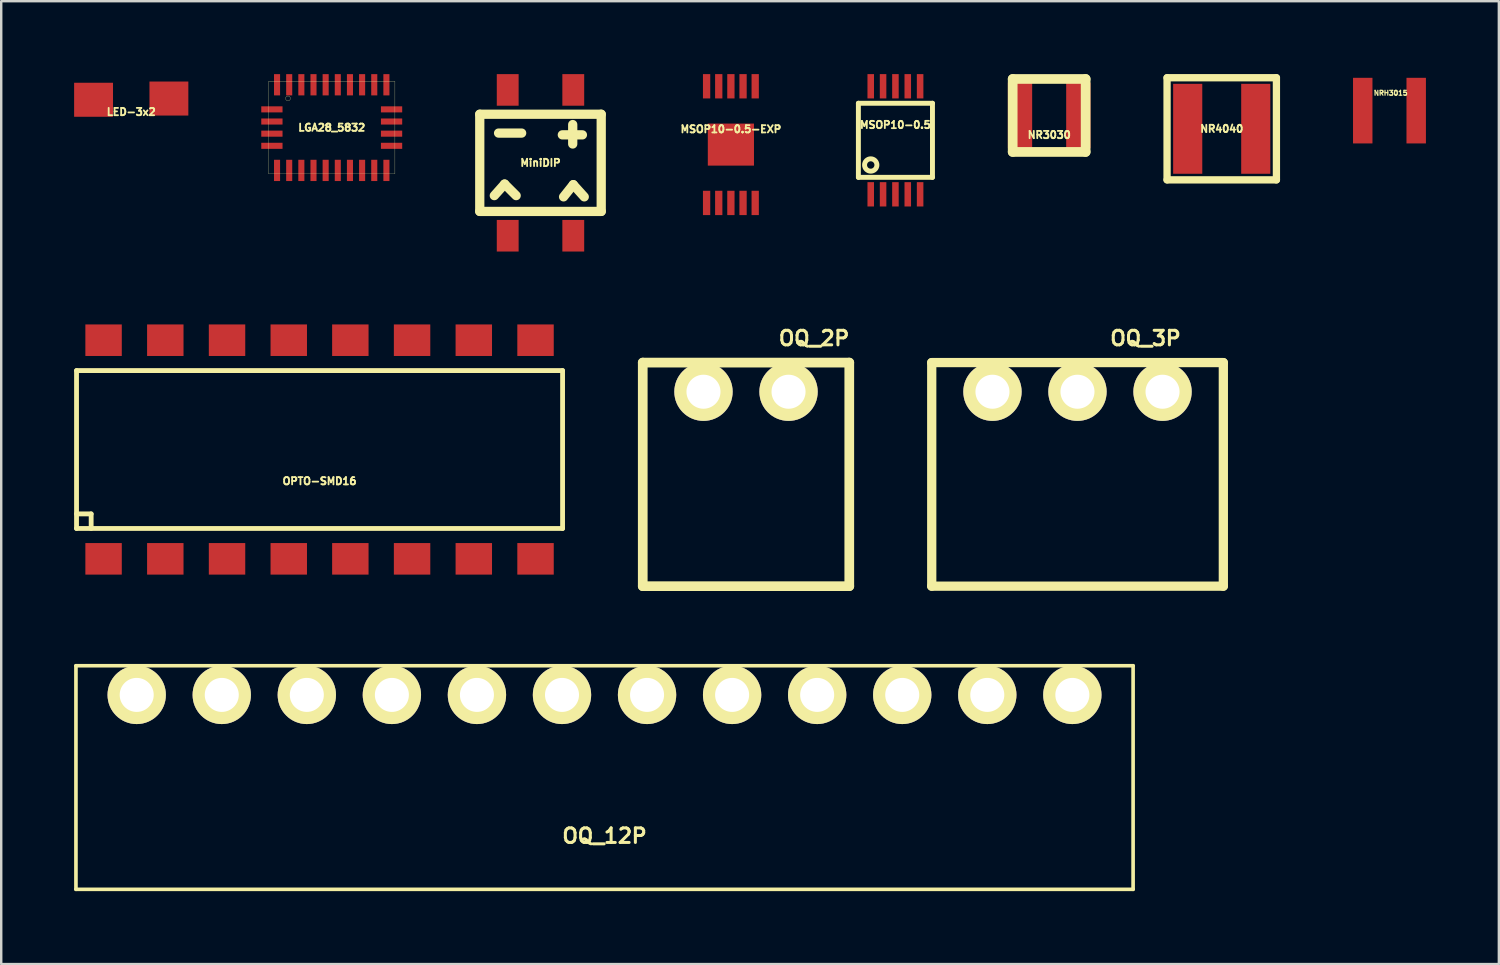
<source format=kicad_pcb>
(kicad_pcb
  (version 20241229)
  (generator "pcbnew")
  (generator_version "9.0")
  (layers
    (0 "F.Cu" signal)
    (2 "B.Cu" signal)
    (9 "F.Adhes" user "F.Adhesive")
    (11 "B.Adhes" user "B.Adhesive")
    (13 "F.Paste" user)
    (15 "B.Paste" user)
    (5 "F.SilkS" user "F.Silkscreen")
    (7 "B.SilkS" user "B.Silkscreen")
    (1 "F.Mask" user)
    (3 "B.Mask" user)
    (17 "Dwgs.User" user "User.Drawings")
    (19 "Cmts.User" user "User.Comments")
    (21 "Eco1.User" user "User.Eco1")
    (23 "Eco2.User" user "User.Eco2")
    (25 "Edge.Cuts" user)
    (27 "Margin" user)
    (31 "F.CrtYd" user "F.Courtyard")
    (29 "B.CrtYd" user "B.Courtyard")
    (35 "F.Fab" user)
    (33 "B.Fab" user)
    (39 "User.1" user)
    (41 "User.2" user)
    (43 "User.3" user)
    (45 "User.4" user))
  (footprint "NR3030"
    (layer "F.Cu")
    (at 40.121 1.701)
    (property "Reference" "NR3030" (at 0.003 0.8 0) (layer "F.SilkS") (effects (font (size 0.3 0.3) (thickness 0.076))))
    (attr smd)
    (fp_line (start -1.501 -1.501) (end 1.501 -1.501) (stroke (width 0.399) (type solid)) (layer "F.SilkS"))
    (fp_line (start -1.501 1.501) (end -1.501 -1.501) (stroke (width 0.399) (type solid)) (layer "F.SilkS"))
    (fp_line (start 1.501 -1.501) (end 1.501 1.501) (stroke (width 0.399) (type solid)) (layer "F.SilkS"))
    (fp_line (start 1.501 1.501) (end -1.501 1.501) (stroke (width 0.399) (type solid)) (layer "F.SilkS"))
    (pad "1" smd rect (at -1.2 0) (size 1 2.7) (layers "F.Cu" "F.Mask" "F.Paste"))
    (pad "2" smd rect (at 1.2 0) (size 1 2.7) (layers "F.Cu" "F.Mask" "F.Paste")))
  (footprint "OQ_12P"
    (layer "F.Cu")
    (at 21.825 25.544)
    (property "Reference" "OQ_12P" (at 0 5.8 0) (layer "F.SilkS") (effects (font (size 0.599 0.599) (thickness 0.124))))
    (attr through_hole)
    (fp_line (start -21.75 -1.2) (end -21.75 8) (stroke (width 0.15) (type solid)) (layer "F.SilkS"))
    (fp_line (start -21.75 8) (end 21.75 8) (stroke (width 0.15) (type solid)) (layer "F.SilkS"))
    (fp_line (start 21.75 -1.2) (end -21.75 -1.2) (stroke (width 0.15) (type solid)) (layer "F.SilkS"))
    (fp_line (start 21.75 8) (end 21.75 -1.2) (stroke (width 0.15) (type solid)) (layer "F.SilkS"))
    (pad "1" thru_hole circle (at -19.25 0) (size 2.4 2.4) (drill 1.4) (layers "*.Cu" "*.Mask" "F.SilkS"))
    (pad "2" thru_hole circle (at -15.75 0) (size 2.4 2.4) (drill 1.4) (layers "*.Cu" "*.Mask" "F.SilkS"))
    (pad "3" thru_hole circle (at -12.25 0) (size 2.4 2.4) (drill 1.4) (layers "*.Cu" "*.Mask" "F.SilkS"))
    (pad "4" thru_hole circle (at -8.75 0) (size 2.4 2.4) (drill 1.4) (layers "*.Cu" "*.Mask" "F.SilkS"))
    (pad "5" thru_hole circle (at -5.25 0) (size 2.4 2.4) (drill 1.4) (layers "*.Cu" "*.Mask" "F.SilkS"))
    (pad "6" thru_hole circle (at -1.75 0) (size 2.4 2.4) (drill 1.4) (layers "*.Cu" "*.Mask" "F.SilkS"))
    (pad "7" thru_hole circle (at 1.75 0) (size 2.4 2.4) (drill 1.4) (layers "*.Cu" "*.Mask" "F.SilkS"))
    (pad "8" thru_hole circle (at 5.25 0) (size 2.4 2.4) (drill 1.4) (layers "*.Cu" "*.Mask" "F.SilkS"))
    (pad "9" thru_hole circle (at 8.75 0) (size 2.4 2.4) (drill 1.4) (layers "*.Cu" "*.Mask" "F.SilkS"))
    (pad "10" thru_hole circle (at 12.25 0) (size 2.4 2.4) (drill 1.4) (layers "*.Cu" "*.Mask" "F.SilkS"))
    (pad "11" thru_hole circle (at 15.75 0) (size 2.4 2.4) (drill 1.4) (layers "*.Cu" "*.Mask" "F.SilkS"))
    (pad "12" thru_hole circle (at 19.25 0) (size 2.4 2.4) (drill 1.4) (layers "*.Cu" "*.Mask" "F.SilkS")))
  (footprint "OQ_3P"
    (layer "F.Cu")
    (at 41.286 13.069)
    (property "Reference" "OQ_3P" (at 2.799 -2.2 0) (layer "F.SilkS") (effects (font (size 0.599 0.599) (thickness 0.124))))
    (attr through_hole)
    (fp_line (start -5.999 -1.199) (end 5.999 -1.199) (stroke (width 0.381) (type solid)) (layer "F.SilkS"))
    (fp_line (start -5.999 8.001) (end 5.999 8.001) (stroke (width 0.381) (type solid)) (layer "F.SilkS"))
    (fp_line (start -5.997 8.001) (end -5.997 -1.199) (stroke (width 0.381) (type solid)) (layer "F.SilkS"))
    (fp_line (start 6.002 -1.199) (end 6.002 8.001) (stroke (width 0.381) (type solid)) (layer "F.SilkS"))
    (pad "1" thru_hole circle (at -3.498 0) (size 2.4 2.4) (drill 1.4) (layers "*.Cu" "*.Mask" "F.SilkS"))
    (pad "2" thru_hole circle (at 0 0) (size 2.4 2.4) (drill 1.4) (layers "*.Cu" "*.Mask" "F.SilkS"))
    (pad "3" thru_hole circle (at 3.5 0) (size 2.4 2.4) (drill 1.4) (layers "*.Cu" "*.Mask" "F.SilkS")))
  (footprint "MiniDIP"
    (layer "F.Cu")
    (at 19.19 3.65)
    (property "Reference" "MiniDIP" (at 0 0 0) (layer "F.SilkS") (effects (font (size 0.3 0.3) (thickness 0.076))))
    (attr through_hole)
    (fp_line (start -2.499 -1.999) (end -2.499 1.999) (stroke (width 0.381) (type solid)) (layer "F.SilkS"))
    (fp_line (start -2.499 1.999) (end 2.499 1.999) (stroke (width 0.381) (type solid)) (layer "F.SilkS"))
    (fp_line (start -1.9 1.349) (end -1.476 0.874) (stroke (width 0.381) (type solid)) (layer "F.SilkS"))
    (fp_line (start -1.725 -1.224) (end -0.775 -1.224) (stroke (width 0.381) (type solid)) (layer "F.SilkS"))
    (fp_line (start -1.476 0.874) (end -1.001 1.349) (stroke (width 0.381) (type solid)) (layer "F.SilkS"))
    (fp_line (start 0.899 -1.151) (end 1.725 -1.151) (stroke (width 0.381) (type solid)) (layer "F.SilkS"))
    (fp_line (start 0.95 1.4) (end 1.349 0.899) (stroke (width 0.381) (type solid)) (layer "F.SilkS"))
    (fp_line (start 1.326 -1.575) (end 1.326 -0.775) (stroke (width 0.381) (type solid)) (layer "F.SilkS"))
    (fp_line (start 1.349 0.899) (end 1.801 1.4) (stroke (width 0.381) (type solid)) (layer "F.SilkS"))
    (fp_line (start 2.499 -1.999) (end -2.499 -1.999) (stroke (width 0.381) (type solid)) (layer "F.SilkS"))
    (fp_line (start 2.499 1.999) (end 2.499 -1.999) (stroke (width 0.381) (type solid)) (layer "F.SilkS"))
    (pad "1" smd rect (at -1.349 -3) (size 0.899 1.3) (layers "F.Cu" "F.Mask" "F.Paste"))
    (pad "2" smd rect (at -1.349 3) (size 0.899 1.3) (layers "F.Cu" "F.Mask" "F.Paste"))
    (pad "3" smd rect (at 1.349 -3) (size 0.899 1.3) (layers "F.Cu" "F.Mask" "F.Paste"))
    (pad "4" smd rect (at 1.349 3) (size 0.899 1.3) (layers "F.Cu" "F.Mask" "F.Paste")))
  (footprint "LGA28_5832"
    (layer "F.Cu")
    (at 10.6 2.2)
    (property "Reference" "LGA28_5832" (at 0 0 0) (layer "F.SilkS") (effects (font (size 0.3 0.3) (thickness 0.075))))
    (attr through_hole)
    (fp_line (start -2.6 -1.9) (end 2.6 -1.9) (stroke (width 0.01) (type solid)) (layer "F.SilkS"))
    (fp_line (start -2.6 1.9) (end -2.6 -1.9) (stroke (width 0.01) (type solid)) (layer "F.SilkS"))
    (fp_line (start 2.6 -1.9) (end 2.6 1.9) (stroke (width 0.01) (type solid)) (layer "F.SilkS"))
    (fp_line (start 2.6 1.9) (end -2.6 1.9) (stroke (width 0.01) (type solid)) (layer "F.SilkS"))
    (fp_circle (center -1.8 -1.2) (end -1.8 -1.1) (stroke (width 0.01) (type solid)) (fill no) (layer "F.SilkS"))
    (pad "1" smd rect (at -2.25 -1.762) (size 0.25 0.875) (layers "F.Cu" "F.Mask" "F.Paste"))
    (pad "2" smd rect (at -2.462 -0.75) (size 0.875 0.25) (layers "F.Cu" "F.Mask" "F.Paste"))
    (pad "3" smd rect (at -2.462 -0.25) (size 0.875 0.25) (layers "F.Cu" "F.Mask" "F.Paste"))
    (pad "4" smd rect (at -2.462 0.25) (size 0.875 0.25) (layers "F.Cu" "F.Mask" "F.Paste"))
    (pad "5" smd rect (at -2.462 0.75) (size 0.875 0.25) (layers "F.Cu" "F.Mask" "F.Paste"))
    (pad "6" smd rect (at -2.25 1.762) (size 0.25 0.875) (layers "F.Cu" "F.Mask" "F.Paste"))
    (pad "7" smd rect (at -1.75 1.762) (size 0.25 0.875) (layers "F.Cu" "F.Mask" "F.Paste"))
    (pad "8" smd rect (at -1.25 1.762) (size 0.25 0.875) (layers "F.Cu" "F.Mask" "F.Paste"))
    (pad "9" smd rect (at -0.75 1.762) (size 0.25 0.875) (layers "F.Cu" "F.Mask" "F.Paste"))
    (pad "10" smd rect (at -0.25 1.762) (size 0.25 0.875) (layers "F.Cu" "F.Mask" "F.Paste"))
    (pad "11" smd rect (at 0.25 1.762) (size 0.25 0.875) (layers "F.Cu" "F.Mask" "F.Paste"))
    (pad "12" smd rect (at 0.75 1.762) (size 0.25 0.875) (layers "F.Cu" "F.Mask" "F.Paste"))
    (pad "13" smd rect (at 1.25 1.762) (size 0.25 0.875) (layers "F.Cu" "F.Mask" "F.Paste"))
    (pad "14" smd rect (at 1.75 1.762) (size 0.25 0.875) (layers "F.Cu" "F.Mask" "F.Paste"))
    (pad "15" smd rect (at 2.25 1.762) (size 0.25 0.875) (layers "F.Cu" "F.Mask" "F.Paste"))
    (pad "16" smd rect (at 2.462 0.75) (size 0.875 0.25) (layers "F.Cu" "F.Mask" "F.Paste"))
    (pad "17" smd rect (at 2.462 0.25) (size 0.875 0.25) (layers "F.Cu" "F.Mask" "F.Paste"))
    (pad "18" smd rect (at 2.462 -0.25) (size 0.875 0.25) (layers "F.Cu" "F.Mask" "F.Paste"))
    (pad "19" smd rect (at 2.462 -0.75) (size 0.875 0.25) (layers "F.Cu" "F.Mask" "F.Paste"))
    (pad "20" smd rect (at 2.25 -1.762) (size 0.25 0.875) (layers "F.Cu" "F.Mask" "F.Paste"))
    (pad "21" smd rect (at 1.75 -1.762) (size 0.25 0.875) (layers "F.Cu" "F.Mask" "F.Paste"))
    (pad "22" smd rect (at 1.25 -1.762) (size 0.25 0.875) (layers "F.Cu" "F.Mask" "F.Paste"))
    (pad "23" smd rect (at 0.75 -1.762) (size 0.25 0.875) (layers "F.Cu" "F.Mask" "F.Paste"))
    (pad "24" smd rect (at 0.25 -1.762) (size 0.25 0.875) (layers "F.Cu" "F.Mask" "F.Paste"))
    (pad "25" smd rect (at -0.25 -1.762) (size 0.25 0.875) (layers "F.Cu" "F.Mask" "F.Paste"))
    (pad "26" smd rect (at -0.75 -1.762) (size 0.25 0.875) (layers "F.Cu" "F.Mask" "F.Paste"))
    (pad "27" smd rect (at -1.25 -1.762) (size 0.25 0.875) (layers "F.Cu" "F.Mask" "F.Paste"))
    (pad "28" smd rect (at -1.75 -1.762) (size 0.25 0.875) (layers "F.Cu" "F.Mask" "F.Paste")))
  (footprint "LED-3x2"
    (layer "F.Cu")
    (at 2.35 1.005)
    (property "Reference" "LED-3x2" (at 0 0.55 0) (layer "F.SilkS") (effects (font (size 0.3 0.3) (thickness 0.075))))
    (attr through_hole)
    (fp_line (start -1.5 -1) (end 1.5 -1) (stroke (width 0.01) (type solid)) (layer "Eco2.User"))
    (fp_line (start -1.5 1) (end -1.5 -1) (stroke (width 0.01) (type solid)) (layer "Eco2.User"))
    (fp_line (start 1.1 1) (end 1.5 0.6) (stroke (width 0.01) (type solid)) (layer "Eco2.User"))
    (fp_line (start 1.5 -1) (end 1.5 1) (stroke (width 0.01) (type solid)) (layer "Eco2.User"))
    (fp_line (start 1.5 1) (end -1.5 1) (stroke (width 0.01) (type solid)) (layer "Eco2.User"))
    (pad "1" smd rect (at -1.55 0.05) (size 1.6 1.4) (layers "F.Cu" "F.Mask" "F.Paste"))
    (pad "2" smd rect (at 1.55 0) (size 1.6 1.4) (layers "F.Cu" "F.Mask" "F.Paste")))
  (footprint "NR4040"
    (layer "F.Cu")
    (at 47.222 2.25)
    (property "Reference" "NR4040" (at 0 0 0) (layer "F.SilkS") (effects (font (size 0.3 0.3) (thickness 0.076))))
    (attr through_hole)
    (fp_line (start -2.25 -2.101) (end 2.25 -2.101) (stroke (width 0.3) (type solid)) (layer "F.SilkS"))
    (fp_line (start -2.25 2.101) (end -2.25 -2.101) (stroke (width 0.3) (type solid)) (layer "F.SilkS"))
    (fp_line (start 2.25 -2.101) (end 2.25 2.101) (stroke (width 0.3) (type solid)) (layer "F.SilkS"))
    (fp_line (start 2.25 2.101) (end -2.25 2.101) (stroke (width 0.3) (type solid)) (layer "F.SilkS"))
    (pad "1" smd rect (at 1.4 0) (size 1.199 3.701) (layers "F.Cu" "F.Mask" "F.Paste"))
    (pad "2" smd rect (at -1.4 0) (size 1.199 3.701) (layers "F.Cu" "F.Mask" "F.Paste")))
  (footprint "MSOP10-0.5-EXP"
    (layer "F.Cu")
    (at 27.025 2.9)
    (property "Reference" "MSOP10-0.5-EXP" (at 0 -0.635 0) (layer "F.SilkS") (effects (font (size 0.3 0.3) (thickness 0.075))))
    (attr smd)
    (fp_line (start -1.524 -1.524) (end 1.524 -1.524) (stroke (width 0.203) (type solid)) (layer "Eco2.User"))
    (fp_line (start -1.524 1.524) (end -1.524 -1.524) (stroke (width 0.203) (type solid)) (layer "Eco2.User"))
    (fp_line (start 1.524 -1.524) (end 1.524 1.524) (stroke (width 0.203) (type solid)) (layer "Eco2.User"))
    (fp_line (start 1.524 1.524) (end -1.524 1.524) (stroke (width 0.203) (type solid)) (layer "Eco2.User"))
    (fp_circle (center -1.016 1.016) (end -1.016 0.762) (stroke (width 0.203) (type solid)) (fill no) (layer "Eco2.User"))
    (pad "1" smd rect (at -1 2.4) (size 0.3 1.001) (layers "F.Cu" "F.Mask" "F.Paste"))
    (pad "2" smd rect (at -0.5 2.4) (size 0.3 1.001) (layers "F.Cu" "F.Mask" "F.Paste"))
    (pad "3" smd rect (at 0 2.4) (size 0.3 1.001) (layers "F.Cu" "F.Mask" "F.Paste"))
    (pad "4" smd rect (at 0.5 2.4) (size 0.3 1.001) (layers "F.Cu" "F.Mask" "F.Paste"))
    (pad "5" smd rect (at 1 2.4) (size 0.3 1.001) (layers "F.Cu" "F.Mask" "F.Paste"))
    (pad "6" smd rect (at 1 -2.4) (size 0.3 1.001) (layers "F.Cu" "F.Mask" "F.Paste"))
    (pad "7" smd rect (at 0.5 -2.4) (size 0.3 1.001) (layers "F.Cu" "F.Mask" "F.Paste"))
    (pad "8" smd rect (at 0 -2.4) (size 0.3 1.001) (layers "F.Cu" "F.Mask" "F.Paste"))
    (pad "9" smd rect (at -0.5 -2.4) (size 0.3 1.001) (layers "F.Cu" "F.Mask" "F.Paste"))
    (pad "10" smd rect (at -1 -2.4) (size 0.3 1.001) (layers "F.Cu" "F.Mask" "F.Paste"))
    (pad "EXP" smd rect (at 0 0) (size 1.9 1.73) (layers "F.Cu" "F.Mask" "F.Paste")))
  (footprint "NRH3015"
    (layer "F.Cu")
    (at 54.124 1.502)
    (property "Reference" "NRH3015" (at 0.05 -0.725 0) (layer "F.SilkS") (effects (font (size 0.2 0.2) (thickness 0.05))))
    (attr smd)
    (fp_line (start -1.501 -1.501) (end 1.501 -1.501) (stroke (width 0.001) (type solid)) (layer "F.SilkS"))
    (fp_line (start -1.501 1.501) (end -1.501 -1.501) (stroke (width 0.001) (type solid)) (layer "F.SilkS"))
    (fp_line (start 1.501 -1.501) (end 1.501 1.501) (stroke (width 0.001) (type solid)) (layer "F.SilkS"))
    (fp_line (start 1.501 1.501) (end -1.501 1.501) (stroke (width 0.001) (type solid)) (layer "F.SilkS"))
    (pad "1" smd rect (at -1.1 0) (size 0.8 2.7) (layers "F.Cu" "F.Mask" "F.Paste"))
    (pad "2" smd rect (at 1.1 0) (size 0.8 2.7) (layers "F.Cu" "F.Mask" "F.Paste")))
  (footprint "OPTO-SMD16"
    (layer "F.Cu")
    (at 10.099 15.447)
    (property "Reference" "OPTO-SMD16" (at 0 1.3 0) (layer "F.SilkS") (effects (font (size 0.3 0.3) (thickness 0.076))))
    (attr through_hole)
    (fp_line (start -10 -3.249) (end -10 3.249) (stroke (width 0.198) (type solid)) (layer "F.SilkS"))
    (fp_line (start -10 -3.249) (end 10 -3.249) (stroke (width 0.198) (type solid)) (layer "F.SilkS"))
    (fp_line (start -10 2.649) (end -9.398 2.649) (stroke (width 0.198) (type solid)) (layer "F.SilkS"))
    (fp_line (start -10 3.249) (end 10 3.249) (stroke (width 0.198) (type solid)) (layer "F.SilkS"))
    (fp_line (start -9.398 2.649) (end -9.398 3.249) (stroke (width 0.198) (type solid)) (layer "F.SilkS"))
    (fp_line (start 10 -3.249) (end 10 3.249) (stroke (width 0.198) (type solid)) (layer "F.SilkS"))
    (pad "1" smd rect (at -8.887 4.498 180) (size 1.499 1.298) (layers "F.Cu" "F.Mask" "F.Paste"))
    (pad "2" smd rect (at -6.347 4.498 180) (size 1.499 1.298) (layers "F.Cu" "F.Mask" "F.Paste"))
    (pad "3" smd rect (at -3.807 4.498 180) (size 1.499 1.298) (layers "F.Cu" "F.Mask" "F.Paste"))
    (pad "4" smd rect (at -1.267 4.498 180) (size 1.499 1.298) (layers "F.Cu" "F.Mask" "F.Paste"))
    (pad "5" smd rect (at 1.267 4.498 180) (size 1.499 1.298) (layers "F.Cu" "F.Mask" "F.Paste"))
    (pad "6" smd rect (at 3.807 4.498 180) (size 1.499 1.298) (layers "F.Cu" "F.Mask" "F.Paste"))
    (pad "7" smd rect (at 6.347 4.498 180) (size 1.499 1.298) (layers "F.Cu" "F.Mask" "F.Paste"))
    (pad "8" smd rect (at 8.887 4.498 180) (size 1.499 1.298) (layers "F.Cu" "F.Mask" "F.Paste"))
    (pad "9" smd rect (at 8.887 -4.498) (size 1.499 1.298) (layers "F.Cu" "F.Mask" "F.Paste"))
    (pad "10" smd rect (at 6.347 -4.498) (size 1.499 1.298) (layers "F.Cu" "F.Mask" "F.Paste"))
    (pad "11" smd rect (at 3.807 -4.498) (size 1.499 1.298) (layers "F.Cu" "F.Mask" "F.Paste"))
    (pad "12" smd rect (at 1.267 -4.498) (size 1.499 1.298) (layers "F.Cu" "F.Mask" "F.Paste"))
    (pad "13" smd rect (at -1.267 -4.498) (size 1.499 1.298) (layers "F.Cu" "F.Mask" "F.Paste"))
    (pad "14" smd rect (at -3.807 -4.498) (size 1.499 1.298) (layers "F.Cu" "F.Mask" "F.Paste"))
    (pad "15" smd rect (at -6.347 -4.498) (size 1.499 1.298) (layers "F.Cu" "F.Mask" "F.Paste"))
    (pad "16" smd rect (at -8.887 -4.498) (size 1.499 1.298) (layers "F.Cu" "F.Mask" "F.Paste")))
  (footprint "MSOP10-0.5"
    (layer "F.Cu")
    (at 33.795 2.723)
    (property "Reference" "MSOP10-0.5" (at 0 -0.635 0) (layer "F.SilkS") (effects (font (size 0.3 0.3) (thickness 0.076))))
    (attr smd)
    (fp_line (start -1.524 -1.524) (end 1.524 -1.524) (stroke (width 0.203) (type solid)) (layer "F.SilkS"))
    (fp_line (start -1.524 1.524) (end -1.524 -1.524) (stroke (width 0.203) (type solid)) (layer "F.SilkS"))
    (fp_line (start 1.524 -1.524) (end 1.524 1.524) (stroke (width 0.203) (type solid)) (layer "F.SilkS"))
    (fp_line (start 1.524 1.524) (end -1.524 1.524) (stroke (width 0.203) (type solid)) (layer "F.SilkS"))
    (fp_circle (center -1.016 1.016) (end -1.016 0.762) (stroke (width 0.203) (type solid)) (fill no) (layer "F.SilkS"))
    (pad "1" smd rect (at -1.016 2.223) (size 0.269 1.001) (layers "F.Cu" "F.Mask" "F.Paste"))
    (pad "2" smd rect (at -0.508 2.223) (size 0.269 1.001) (layers "F.Cu" "F.Mask" "F.Paste"))
    (pad "3" smd rect (at 0 2.223) (size 0.269 1.001) (layers "F.Cu" "F.Mask" "F.Paste"))
    (pad "4" smd rect (at 0.508 2.223) (size 0.269 1.001) (layers "F.Cu" "F.Mask" "F.Paste"))
    (pad "5" smd rect (at 1.016 2.223) (size 0.269 1.001) (layers "F.Cu" "F.Mask" "F.Paste"))
    (pad "6" smd rect (at 1.016 -2.223) (size 0.269 1.001) (layers "F.Cu" "F.Mask" "F.Paste"))
    (pad "7" smd rect (at 0.508 -2.223) (size 0.269 1.001) (layers "F.Cu" "F.Mask" "F.Paste"))
    (pad "8" smd rect (at 0 -2.223) (size 0.269 1.001) (layers "F.Cu" "F.Mask" "F.Paste"))
    (pad "9" smd rect (at -0.508 -2.223) (size 0.269 1.001) (layers "F.Cu" "F.Mask" "F.Paste"))
    (pad "10" smd rect (at -1.016 -2.223) (size 0.269 1.001) (layers "F.Cu" "F.Mask" "F.Paste")))
  (footprint "OQ_2P"
    (layer "F.Cu")
    (at 27.647 13.069)
    (property "Reference" "OQ_2P" (at 2.799 -2.2 0) (layer "F.SilkS") (effects (font (size 0.599 0.599) (thickness 0.124))))
    (attr through_hole)
    (fp_line (start -4.249 -1.199) (end 4.249 -1.199) (stroke (width 0.399) (type solid)) (layer "F.SilkS"))
    (fp_line (start -4.249 8.001) (end -4.249 -1.199) (stroke (width 0.399) (type solid)) (layer "F.SilkS"))
    (fp_line (start 4.249 -1.199) (end 4.249 8.001) (stroke (width 0.399) (type solid)) (layer "F.SilkS"))
    (fp_line (start 4.249 8.001) (end -4.249 8.001) (stroke (width 0.399) (type solid)) (layer "F.SilkS"))
    (pad "1" thru_hole circle (at -1.75 0) (size 2.4 2.4) (drill 1.4) (layers "*.Cu" "*.Mask" "F.SilkS"))
    (pad "2" thru_hole circle (at 1.75 0) (size 2.4 2.4) (drill 1.4) (layers "*.Cu" "*.Mask" "F.SilkS")))
  (gr_rect
    (start -3 -3)
    (end 58.625 36.619)
    (stroke (width 0.1) (type default))
    (fill no)
    (layer "Edge.Cuts")))
</source>
